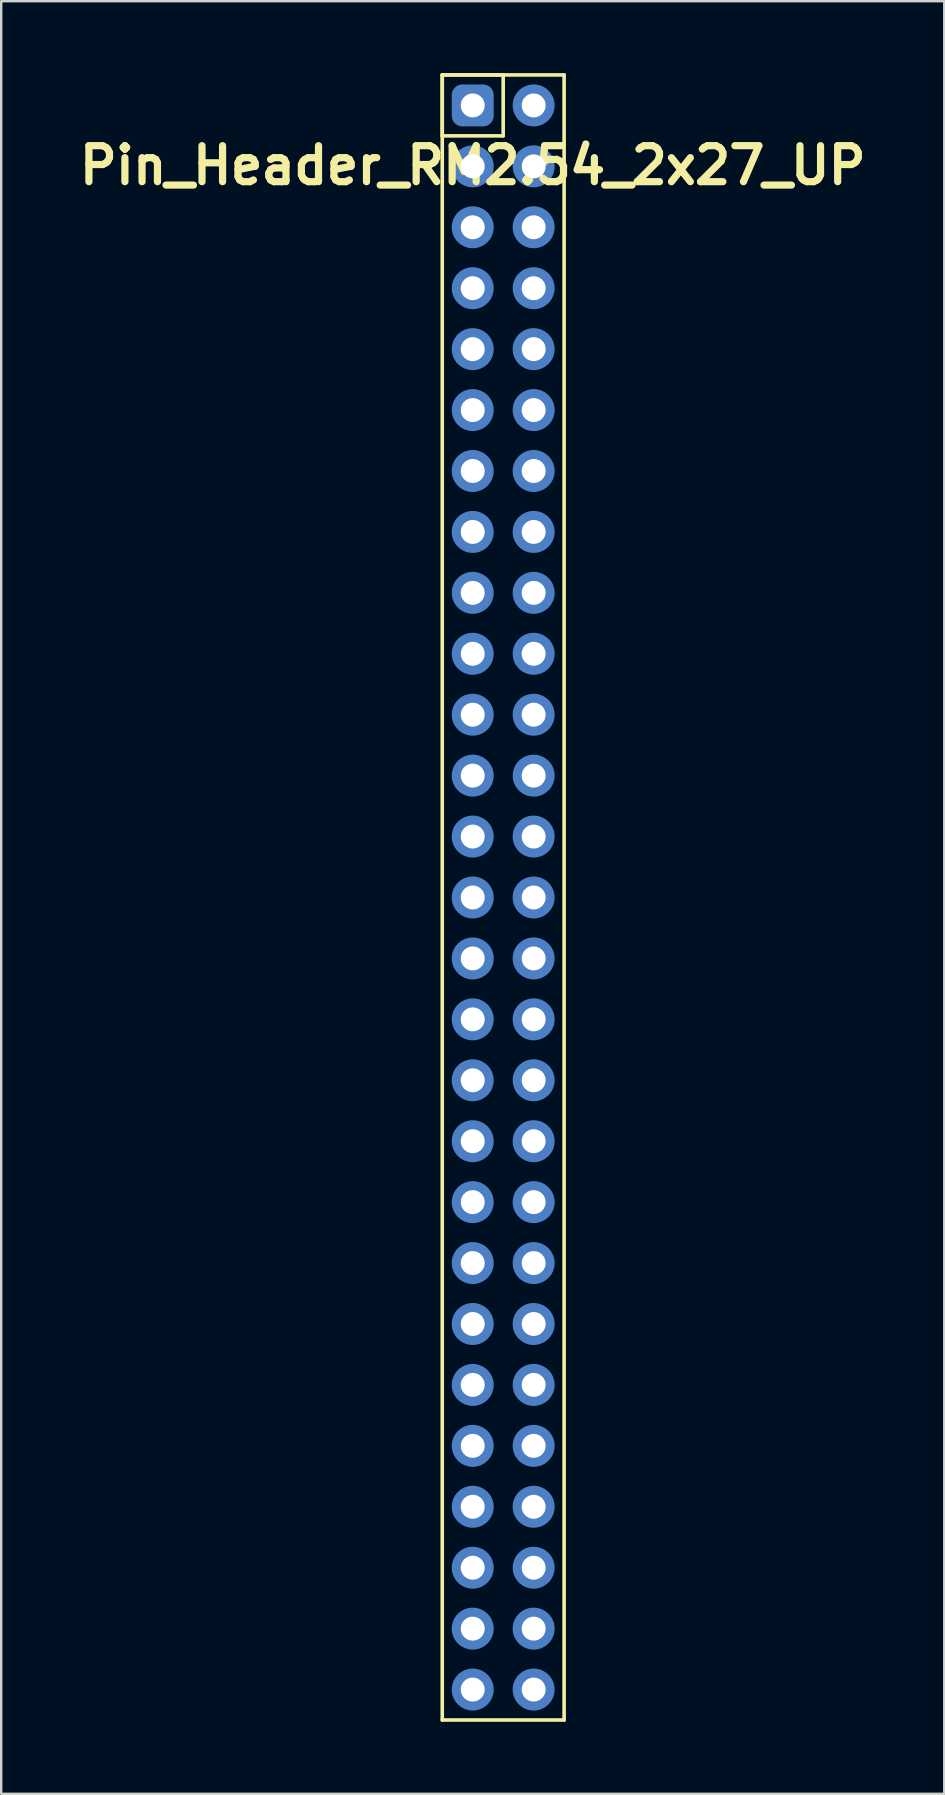
<source format=kicad_pcb>
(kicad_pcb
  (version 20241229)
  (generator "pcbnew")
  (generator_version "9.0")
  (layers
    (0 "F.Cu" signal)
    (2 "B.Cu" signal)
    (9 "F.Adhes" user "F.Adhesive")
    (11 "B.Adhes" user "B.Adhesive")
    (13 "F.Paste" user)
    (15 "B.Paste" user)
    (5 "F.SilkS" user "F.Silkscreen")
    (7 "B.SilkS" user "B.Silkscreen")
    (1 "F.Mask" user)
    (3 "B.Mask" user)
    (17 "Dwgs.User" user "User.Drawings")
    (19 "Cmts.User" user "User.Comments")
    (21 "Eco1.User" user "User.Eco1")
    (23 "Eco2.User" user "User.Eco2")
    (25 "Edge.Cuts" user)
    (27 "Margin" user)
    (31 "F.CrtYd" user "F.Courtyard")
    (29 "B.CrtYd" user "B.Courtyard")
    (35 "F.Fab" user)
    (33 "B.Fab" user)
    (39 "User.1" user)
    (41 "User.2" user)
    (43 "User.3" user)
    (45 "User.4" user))
  (footprint "Pin_Header_RM2.54_2x27_UP"
    (layer "F.Cu")
    (at 16.657 1.345)
    (property "Reference" "Pin_Header_RM2.54_2x27_UP" (at 0 2.5 0) (layer "F.SilkS") (effects (font (size 1.5 1.5) (thickness 0.3))))
    (attr through_hole)
    (fp_line (start -1.27 -1.27) (end 1.27 -1.27) (stroke (width 0.15) (type solid)) (layer "F.SilkS"))
    (fp_line (start -1.27 -1.27) (end 3.81 -1.27) (stroke (width 0.15) (type solid)) (layer "F.SilkS"))
    (fp_line (start -1.27 1.27) (end -1.27 -1.27) (stroke (width 0.15) (type solid)) (layer "F.SilkS"))
    (fp_line (start -1.27 67.31) (end -1.27 -1.27) (stroke (width 0.15) (type solid)) (layer "F.SilkS"))
    (fp_line (start 1.27 -1.27) (end 1.27 1.27) (stroke (width 0.15) (type solid)) (layer "F.SilkS"))
    (fp_line (start 1.27 1.27) (end -1.27 1.27) (stroke (width 0.15) (type solid)) (layer "F.SilkS"))
    (fp_line (start 3.81 -1.27) (end 3.81 67.31) (stroke (width 0.15) (type solid)) (layer "F.SilkS"))
    (fp_line (start 3.81 67.31) (end -1.27 67.31) (stroke (width 0.15) (type solid)) (layer "F.SilkS"))
    (pad "1" thru_hole circle (at 0 0) (size 1.3 1.3) (drill 1) (layers "*.Cu" "*.Mask"))
    (pad "1" smd roundrect (at 0 0) (size 1.5 1.5) (layers "F.Cu" "F.Mask") (roundrect_rratio 0.25))
    (pad "1" smd roundrect (at 0 0) (size 1.75 1.75) (layers "B.Cu" "B.Mask") (roundrect_rratio 0.25))
    (pad "2" thru_hole circle (at 2.54 0) (size 1.3 1.3) (drill 1) (layers "*.Cu" "*.Mask"))
    (pad "2" smd circle (at 2.54 0) (size 1.5 1.5) (layers "F.Cu" "F.Mask"))
    (pad "2" smd circle (at 2.54 0) (size 1.75 1.75) (layers "B.Cu" "B.Mask"))
    (pad "3" thru_hole circle (at 0 2.54) (size 1.3 1.3) (drill 1) (layers "*.Cu" "*.Mask"))
    (pad "3" smd circle (at 0 2.54) (size 1.5 1.5) (layers "F.Cu" "F.Mask"))
    (pad "3" smd circle (at 0 2.54) (size 1.75 1.75) (layers "B.Cu" "B.Mask"))
    (pad "4" thru_hole circle (at 2.54 2.54) (size 1.3 1.3) (drill 1) (layers "*.Cu" "*.Mask"))
    (pad "4" smd circle (at 2.54 2.54) (size 1.5 1.5) (layers "F.Cu" "F.Mask"))
    (pad "4" smd circle (at 2.54 2.54) (size 1.75 1.75) (layers "B.Cu" "B.Mask"))
    (pad "5" thru_hole circle (at 0 5.08) (size 1.3 1.3) (drill 1) (layers "*.Cu" "*.Mask"))
    (pad "5" smd circle (at 0 5.08) (size 1.5 1.5) (layers "F.Cu" "F.Mask"))
    (pad "5" smd circle (at 0 5.08) (size 1.75 1.75) (layers "B.Cu" "B.Mask"))
    (pad "6" thru_hole circle (at 2.54 5.08) (size 1.3 1.3) (drill 1) (layers "*.Cu" "*.Mask"))
    (pad "6" smd circle (at 2.54 5.08) (size 1.5 1.5) (layers "F.Cu" "F.Mask"))
    (pad "6" smd circle (at 2.54 5.08) (size 1.75 1.75) (layers "B.Cu" "B.Mask"))
    (pad "7" thru_hole circle (at 0 7.62) (size 1.3 1.3) (drill 1) (layers "*.Cu" "*.Mask"))
    (pad "7" smd circle (at 0 7.62) (size 1.5 1.5) (layers "F.Cu" "F.Mask"))
    (pad "7" smd circle (at 0 7.62) (size 1.75 1.75) (layers "B.Cu" "B.Mask"))
    (pad "8" thru_hole circle (at 2.54 7.62) (size 1.3 1.3) (drill 1) (layers "*.Cu" "*.Mask"))
    (pad "8" smd circle (at 2.54 7.62) (size 1.5 1.5) (layers "F.Cu" "F.Mask"))
    (pad "8" smd circle (at 2.54 7.62) (size 1.75 1.75) (layers "B.Cu" "B.Mask"))
    (pad "9" thru_hole circle (at 0 10.16) (size 1.3 1.3) (drill 1) (layers "*.Cu" "*.Mask"))
    (pad "9" smd circle (at 0 10.16) (size 1.5 1.5) (layers "F.Cu" "F.Mask"))
    (pad "9" smd circle (at 0 10.16) (size 1.75 1.75) (layers "B.Cu" "B.Mask"))
    (pad "10" thru_hole circle (at 2.54 10.16) (size 1.3 1.3) (drill 1) (layers "*.Cu" "*.Mask"))
    (pad "10" smd circle (at 2.54 10.16) (size 1.5 1.5) (layers "F.Cu" "F.Mask"))
    (pad "10" smd circle (at 2.54 10.16) (size 1.75 1.75) (layers "B.Cu" "B.Mask"))
    (pad "11" thru_hole circle (at 0 12.7) (size 1.3 1.3) (drill 1) (layers "*.Cu" "*.Mask"))
    (pad "11" smd circle (at 0 12.7) (size 1.5 1.5) (layers "F.Cu" "F.Mask"))
    (pad "11" smd circle (at 0 12.7) (size 1.75 1.75) (layers "B.Cu" "B.Mask"))
    (pad "12" thru_hole circle (at 2.54 12.7) (size 1.3 1.3) (drill 1) (layers "*.Cu" "*.Mask"))
    (pad "12" smd circle (at 2.54 12.7) (size 1.5 1.5) (layers "F.Cu" "F.Mask"))
    (pad "12" smd circle (at 2.54 12.7) (size 1.75 1.75) (layers "B.Cu" "B.Mask"))
    (pad "13" thru_hole circle (at 0 15.24) (size 1.3 1.3) (drill 1) (layers "*.Cu" "*.Mask"))
    (pad "13" smd circle (at 0 15.24) (size 1.5 1.5) (layers "F.Cu" "F.Mask"))
    (pad "13" smd circle (at 0 15.24) (size 1.75 1.75) (layers "B.Cu" "B.Mask"))
    (pad "14" thru_hole circle (at 2.54 15.24) (size 1.3 1.3) (drill 1) (layers "*.Cu" "*.Mask"))
    (pad "14" smd circle (at 2.54 15.24) (size 1.5 1.5) (layers "F.Cu" "F.Mask"))
    (pad "14" smd circle (at 2.54 15.24) (size 1.75 1.75) (layers "B.Cu" "B.Mask"))
    (pad "15" thru_hole circle (at 0 17.78) (size 1.3 1.3) (drill 1) (layers "*.Cu" "*.Mask"))
    (pad "15" smd circle (at 0 17.78) (size 1.5 1.5) (layers "F.Cu" "F.Mask"))
    (pad "15" smd circle (at 0 17.78) (size 1.75 1.75) (layers "B.Cu" "B.Mask"))
    (pad "16" thru_hole circle (at 2.54 17.78) (size 1.3 1.3) (drill 1) (layers "*.Cu" "*.Mask"))
    (pad "16" smd circle (at 2.54 17.78) (size 1.5 1.5) (layers "F.Cu" "F.Mask"))
    (pad "16" smd circle (at 2.54 17.78) (size 1.75 1.75) (layers "B.Cu" "B.Mask"))
    (pad "17" thru_hole circle (at 0 20.32) (size 1.3 1.3) (drill 1) (layers "*.Cu" "*.Mask"))
    (pad "17" smd circle (at 0 20.32) (size 1.5 1.5) (layers "F.Cu" "F.Mask"))
    (pad "17" smd circle (at 0 20.32) (size 1.75 1.75) (layers "B.Cu" "B.Mask"))
    (pad "18" thru_hole circle (at 2.54 20.32) (size 1.3 1.3) (drill 1) (layers "*.Cu" "*.Mask"))
    (pad "18" smd circle (at 2.54 20.32) (size 1.5 1.5) (layers "F.Cu" "F.Mask"))
    (pad "18" smd circle (at 2.54 20.32) (size 1.75 1.75) (layers "B.Cu" "B.Mask"))
    (pad "19" thru_hole circle (at 0 22.86) (size 1.3 1.3) (drill 1) (layers "*.Cu" "*.Mask"))
    (pad "19" smd circle (at 0 22.86) (size 1.5 1.5) (layers "F.Cu" "F.Mask"))
    (pad "19" smd circle (at 0 22.86) (size 1.75 1.75) (layers "B.Cu" "B.Mask"))
    (pad "20" thru_hole circle (at 2.54 22.86) (size 1.3 1.3) (drill 1) (layers "*.Cu" "*.Mask"))
    (pad "20" smd circle (at 2.54 22.86) (size 1.5 1.5) (layers "F.Cu" "F.Mask"))
    (pad "20" smd circle (at 2.54 22.86) (size 1.75 1.75) (layers "B.Cu" "B.Mask"))
    (pad "21" thru_hole circle (at 0 25.4) (size 1.3 1.3) (drill 1) (layers "*.Cu" "*.Mask"))
    (pad "21" smd circle (at 0 25.4) (size 1.5 1.5) (layers "F.Cu" "F.Mask"))
    (pad "21" smd circle (at 0 25.4) (size 1.75 1.75) (layers "B.Cu" "B.Mask"))
    (pad "22" thru_hole circle (at 2.54 25.4) (size 1.3 1.3) (drill 1) (layers "*.Cu" "*.Mask"))
    (pad "22" smd circle (at 2.54 25.4) (size 1.5 1.5) (layers "F.Cu" "F.Mask"))
    (pad "22" smd circle (at 2.54 25.4) (size 1.75 1.75) (layers "B.Cu" "B.Mask"))
    (pad "23" thru_hole circle (at 0 27.94) (size 1.3 1.3) (drill 1) (layers "*.Cu" "*.Mask"))
    (pad "23" smd circle (at 0 27.94) (size 1.5 1.5) (layers "F.Cu" "F.Mask"))
    (pad "23" smd circle (at 0 27.94) (size 1.75 1.75) (layers "B.Cu" "B.Mask"))
    (pad "24" thru_hole circle (at 2.54 27.94) (size 1.3 1.3) (drill 1) (layers "*.Cu" "*.Mask"))
    (pad "24" smd circle (at 2.54 27.94) (size 1.5 1.5) (layers "F.Cu" "F.Mask"))
    (pad "24" smd circle (at 2.54 27.94) (size 1.75 1.75) (layers "B.Cu" "B.Mask"))
    (pad "25" thru_hole circle (at 0 30.48) (size 1.3 1.3) (drill 1) (layers "*.Cu" "*.Mask"))
    (pad "25" smd circle (at 0 30.48) (size 1.5 1.5) (layers "F.Cu" "F.Mask"))
    (pad "25" smd circle (at 0 30.48) (size 1.75 1.75) (layers "B.Cu" "B.Mask"))
    (pad "26" thru_hole circle (at 2.54 30.48) (size 1.3 1.3) (drill 1) (layers "*.Cu" "*.Mask"))
    (pad "26" smd circle (at 2.54 30.48) (size 1.5 1.5) (layers "F.Cu" "F.Mask"))
    (pad "26" smd circle (at 2.54 30.48) (size 1.75 1.75) (layers "B.Cu" "B.Mask"))
    (pad "27" thru_hole circle (at 0 33.02) (size 1.3 1.3) (drill 1) (layers "*.Cu" "*.Mask"))
    (pad "27" smd circle (at 0 33.02) (size 1.5 1.5) (layers "F.Cu" "F.Mask"))
    (pad "27" smd circle (at 0 33.02) (size 1.75 1.75) (layers "B.Cu" "B.Mask"))
    (pad "28" thru_hole circle (at 2.54 33.02) (size 1.3 1.3) (drill 1) (layers "*.Cu" "*.Mask"))
    (pad "28" smd circle (at 2.54 33.02) (size 1.5 1.5) (layers "F.Cu" "F.Mask"))
    (pad "28" smd circle (at 2.54 33.02) (size 1.75 1.75) (layers "B.Cu" "B.Mask"))
    (pad "29" thru_hole circle (at 0 35.56) (size 1.3 1.3) (drill 1) (layers "*.Cu" "*.Mask"))
    (pad "29" smd circle (at 0 35.56) (size 1.5 1.5) (layers "F.Cu" "F.Mask"))
    (pad "29" smd circle (at 0 35.56) (size 1.75 1.75) (layers "B.Cu" "B.Mask"))
    (pad "30" thru_hole circle (at 2.54 35.56) (size 1.3 1.3) (drill 1) (layers "*.Cu" "*.Mask"))
    (pad "30" smd circle (at 2.54 35.56) (size 1.5 1.5) (layers "F.Cu" "F.Mask"))
    (pad "30" smd circle (at 2.54 35.56) (size 1.75 1.75) (layers "B.Cu" "B.Mask"))
    (pad "31" thru_hole circle (at 0 38.1) (size 1.3 1.3) (drill 1) (layers "*.Cu" "*.Mask"))
    (pad "31" smd circle (at 0 38.1) (size 1.5 1.5) (layers "F.Cu" "F.Mask"))
    (pad "31" smd circle (at 0 38.1) (size 1.75 1.75) (layers "B.Cu" "B.Mask"))
    (pad "32" thru_hole circle (at 2.54 38.1) (size 1.3 1.3) (drill 1) (layers "*.Cu" "*.Mask"))
    (pad "32" smd circle (at 2.54 38.1) (size 1.5 1.5) (layers "F.Cu" "F.Mask"))
    (pad "32" smd circle (at 2.54 38.1) (size 1.75 1.75) (layers "B.Cu" "B.Mask"))
    (pad "33" thru_hole circle (at 0 40.64) (size 1.3 1.3) (drill 1) (layers "*.Cu" "*.Mask"))
    (pad "33" smd circle (at 0 40.64) (size 1.5 1.5) (layers "F.Cu" "F.Mask"))
    (pad "33" smd circle (at 0 40.64) (size 1.75 1.75) (layers "B.Cu" "B.Mask"))
    (pad "34" thru_hole circle (at 2.54 40.64) (size 1.3 1.3) (drill 1) (layers "*.Cu" "*.Mask"))
    (pad "34" smd circle (at 2.54 40.64) (size 1.5 1.5) (layers "F.Cu" "F.Mask"))
    (pad "34" smd circle (at 2.54 40.64) (size 1.75 1.75) (layers "B.Cu" "B.Mask"))
    (pad "35" thru_hole circle (at 0 43.18) (size 1.3 1.3) (drill 1) (layers "*.Cu" "*.Mask"))
    (pad "35" smd circle (at 0 43.18) (size 1.5 1.5) (layers "F.Cu" "F.Mask"))
    (pad "35" smd circle (at 0 43.18) (size 1.75 1.75) (layers "B.Cu" "B.Mask"))
    (pad "36" thru_hole circle (at 2.54 43.18) (size 1.3 1.3) (drill 1) (layers "*.Cu" "*.Mask"))
    (pad "36" smd circle (at 2.54 43.18) (size 1.5 1.5) (layers "F.Cu" "F.Mask"))
    (pad "36" smd circle (at 2.54 43.18) (size 1.75 1.75) (layers "B.Cu" "B.Mask"))
    (pad "37" thru_hole circle (at 0 45.72) (size 1.3 1.3) (drill 1) (layers "*.Cu" "*.Mask"))
    (pad "37" smd circle (at 0 45.72) (size 1.5 1.5) (layers "F.Cu" "F.Mask"))
    (pad "37" smd circle (at 0 45.72) (size 1.75 1.75) (layers "B.Cu" "B.Mask"))
    (pad "38" thru_hole circle (at 2.54 45.72) (size 1.3 1.3) (drill 1) (layers "*.Cu" "*.Mask"))
    (pad "38" smd circle (at 2.54 45.72) (size 1.5 1.5) (layers "F.Cu" "F.Mask"))
    (pad "38" smd circle (at 2.54 45.72) (size 1.75 1.75) (layers "B.Cu" "B.Mask"))
    (pad "39" thru_hole circle (at 0 48.26) (size 1.3 1.3) (drill 1) (layers "*.Cu" "*.Mask"))
    (pad "39" smd circle (at 0 48.26) (size 1.5 1.5) (layers "F.Cu" "F.Mask"))
    (pad "39" smd circle (at 0 48.26) (size 1.75 1.75) (layers "B.Cu" "B.Mask"))
    (pad "40" thru_hole circle (at 2.54 48.26) (size 1.3 1.3) (drill 1) (layers "*.Cu" "*.Mask"))
    (pad "40" smd circle (at 2.54 48.26) (size 1.5 1.5) (layers "F.Cu" "F.Mask"))
    (pad "40" smd circle (at 2.54 48.26) (size 1.75 1.75) (layers "B.Cu" "B.Mask"))
    (pad "41" thru_hole circle (at 0 50.8) (size 1.3 1.3) (drill 1) (layers "*.Cu" "*.Mask"))
    (pad "41" smd circle (at 0 50.8) (size 1.5 1.5) (layers "F.Cu" "F.Mask"))
    (pad "41" smd circle (at 0 50.8) (size 1.75 1.75) (layers "B.Cu" "B.Mask"))
    (pad "42" thru_hole circle (at 2.54 50.8) (size 1.3 1.3) (drill 1) (layers "*.Cu" "*.Mask"))
    (pad "42" smd circle (at 2.54 50.8) (size 1.5 1.5) (layers "F.Cu" "F.Mask"))
    (pad "42" smd circle (at 2.54 50.8) (size 1.75 1.75) (layers "B.Cu" "B.Mask"))
    (pad "43" thru_hole circle (at 0 53.34) (size 1.3 1.3) (drill 1) (layers "*.Cu" "*.Mask"))
    (pad "43" smd circle (at 0 53.34) (size 1.5 1.5) (layers "F.Cu" "F.Mask"))
    (pad "43" smd circle (at 0 53.34) (size 1.75 1.75) (layers "B.Cu" "B.Mask"))
    (pad "44" thru_hole circle (at 2.54 53.34) (size 1.3 1.3) (drill 1) (layers "*.Cu" "*.Mask"))
    (pad "44" smd circle (at 2.54 53.34) (size 1.5 1.5) (layers "F.Cu" "F.Mask"))
    (pad "44" smd circle (at 2.54 53.34) (size 1.75 1.75) (layers "B.Cu" "B.Mask"))
    (pad "45" thru_hole circle (at 0 55.88) (size 1.3 1.3) (drill 1) (layers "*.Cu" "*.Mask"))
    (pad "45" smd circle (at 0 55.88) (size 1.5 1.5) (layers "F.Cu" "F.Mask"))
    (pad "45" smd circle (at 0 55.88) (size 1.75 1.75) (layers "B.Cu" "B.Mask"))
    (pad "46" thru_hole circle (at 2.54 55.88) (size 1.3 1.3) (drill 1) (layers "*.Cu" "*.Mask"))
    (pad "46" smd circle (at 2.54 55.88) (size 1.5 1.5) (layers "F.Cu" "F.Mask"))
    (pad "46" smd circle (at 2.54 55.88) (size 1.75 1.75) (layers "B.Cu" "B.Mask"))
    (pad "47" thru_hole circle (at 0 58.42) (size 1.3 1.3) (drill 1) (layers "*.Cu" "*.Mask"))
    (pad "47" smd circle (at 0 58.42) (size 1.5 1.5) (layers "F.Cu" "F.Mask"))
    (pad "47" smd circle (at 0 58.42) (size 1.75 1.75) (layers "B.Cu" "B.Mask"))
    (pad "48" thru_hole circle (at 2.54 58.42) (size 1.3 1.3) (drill 1) (layers "*.Cu" "*.Mask"))
    (pad "48" smd circle (at 2.54 58.42) (size 1.5 1.5) (layers "F.Cu" "F.Mask"))
    (pad "48" smd circle (at 2.54 58.42) (size 1.75 1.75) (layers "B.Cu" "B.Mask"))
    (pad "49" thru_hole circle (at 0 60.96) (size 1.3 1.3) (drill 1) (layers "*.Cu" "*.Mask"))
    (pad "49" smd circle (at 0 60.96) (size 1.5 1.5) (layers "F.Cu" "F.Mask"))
    (pad "49" smd circle (at 0 60.96) (size 1.75 1.75) (layers "B.Cu" "B.Mask"))
    (pad "50" thru_hole circle (at 2.54 60.96) (size 1.3 1.3) (drill 1) (layers "*.Cu" "*.Mask"))
    (pad "50" smd circle (at 2.54 60.96) (size 1.5 1.5) (layers "F.Cu" "F.Mask"))
    (pad "50" smd circle (at 2.54 60.96) (size 1.75 1.75) (layers "B.Cu" "B.Mask"))
    (pad "51" thru_hole circle (at 0 63.5) (size 1.3 1.3) (drill 1) (layers "*.Cu" "*.Mask"))
    (pad "51" smd circle (at 0 63.5) (size 1.5 1.5) (layers "F.Cu" "F.Mask"))
    (pad "51" smd circle (at 0 63.5) (size 1.75 1.75) (layers "B.Cu" "B.Mask"))
    (pad "52" thru_hole circle (at 2.54 63.5) (size 1.3 1.3) (drill 1) (layers "*.Cu" "*.Mask"))
    (pad "52" smd circle (at 2.54 63.5) (size 1.5 1.5) (layers "F.Cu" "F.Mask"))
    (pad "52" smd circle (at 2.54 63.5) (size 1.75 1.75) (layers "B.Cu" "B.Mask"))
    (pad "53" thru_hole circle (at 0 66.04) (size 1.3 1.3) (drill 1) (layers "*.Cu" "*.Mask"))
    (pad "53" smd circle (at 0 66.04) (size 1.5 1.5) (layers "F.Cu" "F.Mask"))
    (pad "53" smd circle (at 0 66.04) (size 1.75 1.75) (layers "B.Cu" "B.Mask"))
    (pad "54" thru_hole circle (at 2.54 66.04) (size 1.3 1.3) (drill 1) (layers "*.Cu" "*.Mask"))
    (pad "54" smd circle (at 2.54 66.04) (size 1.5 1.5) (layers "F.Cu" "F.Mask"))
    (pad "54" smd circle (at 2.54 66.04) (size 1.75 1.75) (layers "B.Cu" "B.Mask")))
  (gr_rect
    (start -3 -3)
    (end 36.314 71.73)
    (stroke (width 0.1) (type default))
    (fill no)
    (layer "Edge.Cuts")))
</source>
